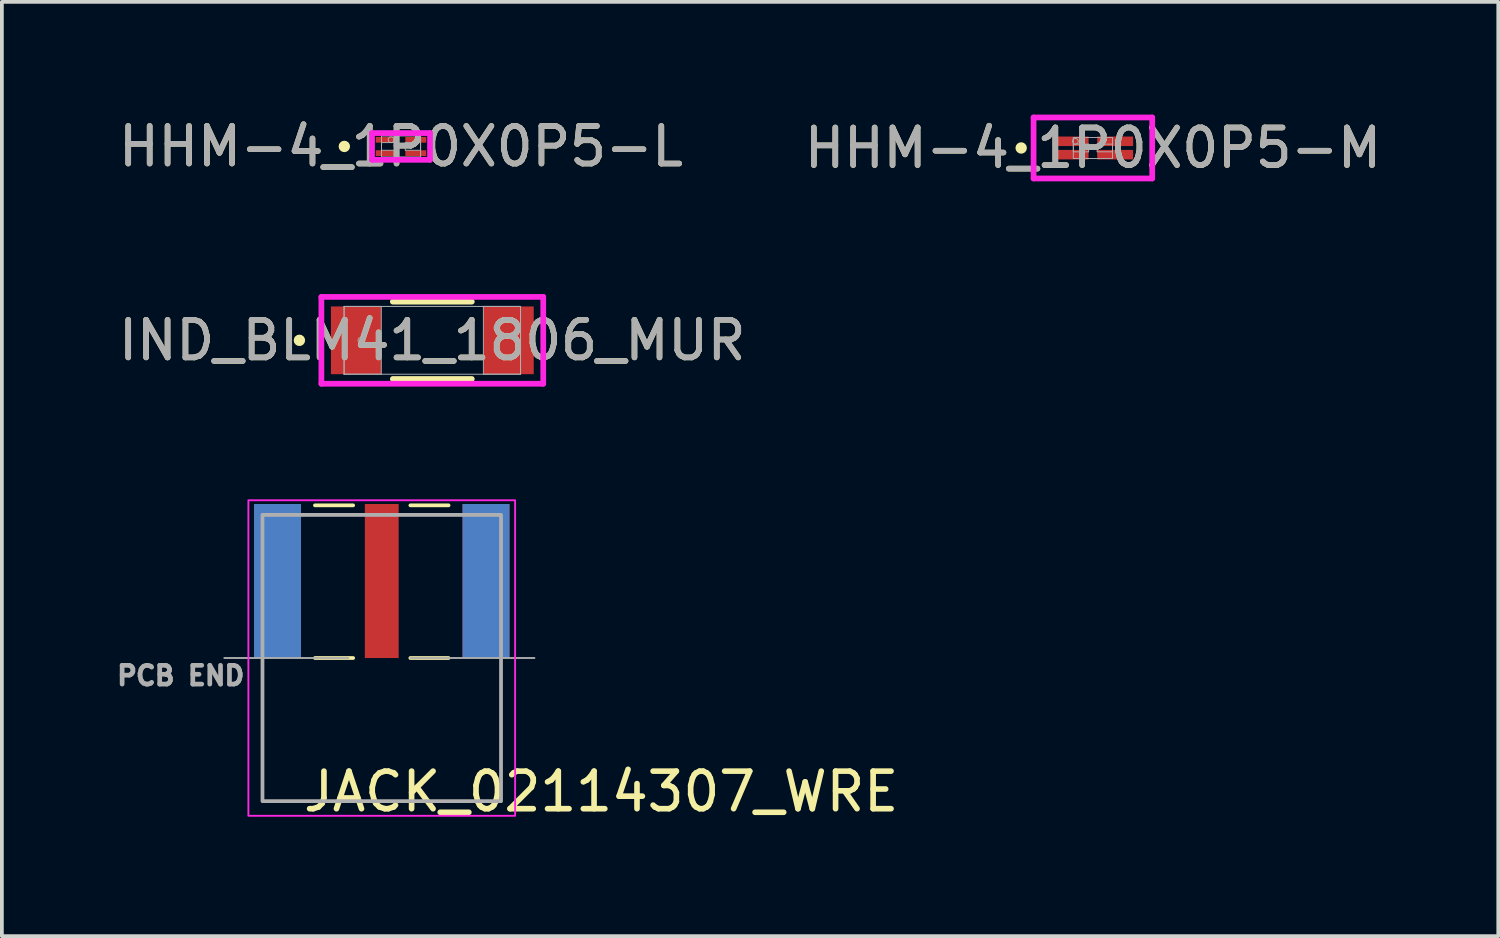
<source format=kicad_pcb>
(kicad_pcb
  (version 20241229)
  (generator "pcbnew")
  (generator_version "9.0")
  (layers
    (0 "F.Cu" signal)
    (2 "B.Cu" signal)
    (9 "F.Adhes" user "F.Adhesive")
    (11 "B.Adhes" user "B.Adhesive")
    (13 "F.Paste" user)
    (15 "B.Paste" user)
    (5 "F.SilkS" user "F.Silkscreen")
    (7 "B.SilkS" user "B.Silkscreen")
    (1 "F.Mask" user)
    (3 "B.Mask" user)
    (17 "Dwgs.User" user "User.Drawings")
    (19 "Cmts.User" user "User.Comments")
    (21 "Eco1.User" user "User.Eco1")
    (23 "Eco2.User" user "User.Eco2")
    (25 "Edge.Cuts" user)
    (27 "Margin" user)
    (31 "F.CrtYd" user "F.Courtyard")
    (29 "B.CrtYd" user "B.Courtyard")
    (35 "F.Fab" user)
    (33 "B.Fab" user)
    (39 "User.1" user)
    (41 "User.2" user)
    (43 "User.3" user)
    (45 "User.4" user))
  (footprint "IND_BLM41_1806_MUR"
    (layer "F.Cu")
    (at 8.458 6.009)
    (property "Reference" "IND_BLM41_1806_MUR" (at 0 0 0) (unlocked yes) (layer "F.SilkS") (effects (font (size 1 1) (thickness 0.15))))
    (attr smd)
    (fp_line (start -1.051 1.029) (end 1.051 1.029) (stroke (width 0.152) (type solid)) (layer "F.SilkS"))
    (fp_line (start 1.051 -1.029) (end -1.051 -1.029) (stroke (width 0.152) (type solid)) (layer "F.SilkS"))
    (fp_circle (center -3.538 0) (end -3.462 0) (stroke (width 0.152) (type solid)) (fill no) (layer "F.SilkS"))
    (fp_line (start -2.953 -1.156) (end 2.953 -1.156) (stroke (width 0.152) (type solid)) (layer "F.CrtYd"))
    (fp_line (start -2.953 1.156) (end -2.953 -1.156) (stroke (width 0.152) (type solid)) (layer "F.CrtYd"))
    (fp_line (start 2.953 -1.156) (end 2.953 1.156) (stroke (width 0.152) (type solid)) (layer "F.CrtYd"))
    (fp_line (start 2.953 1.156) (end -2.953 1.156) (stroke (width 0.152) (type solid)) (layer "F.CrtYd"))
    (fp_line (start -2.349 -0.902) (end -2.349 0.902) (stroke (width 0.025) (type solid)) (layer "F.Fab"))
    (fp_line (start -2.349 -0.902) (end -2.349 0.902) (stroke (width 0.025) (type solid)) (layer "F.Fab"))
    (fp_line (start -2.349 0.902) (end -1.359 0.902) (stroke (width 0.025) (type solid)) (layer "F.Fab"))
    (fp_line (start -2.349 0.902) (end 2.349 0.902) (stroke (width 0.025) (type solid)) (layer "F.Fab"))
    (fp_line (start -1.359 -0.902) (end -2.349 -0.902) (stroke (width 0.025) (type solid)) (layer "F.Fab"))
    (fp_line (start -1.359 0.902) (end -1.359 -0.902) (stroke (width 0.025) (type solid)) (layer "F.Fab"))
    (fp_line (start 1.359 -0.902) (end 1.359 0.902) (stroke (width 0.025) (type solid)) (layer "F.Fab"))
    (fp_line (start 1.359 0.902) (end 2.349 0.902) (stroke (width 0.025) (type solid)) (layer "F.Fab"))
    (fp_line (start 2.349 -0.902) (end -2.349 -0.902) (stroke (width 0.025) (type solid)) (layer "F.Fab"))
    (fp_line (start 2.349 -0.902) (end 1.359 -0.902) (stroke (width 0.025) (type solid)) (layer "F.Fab"))
    (fp_line (start 2.349 0.902) (end 2.349 -0.902) (stroke (width 0.025) (type solid)) (layer "F.Fab"))
    (fp_line (start 2.349 0.902) (end 2.349 -0.902) (stroke (width 0.025) (type solid)) (layer "F.Fab"))
    (fp_circle (center -1.902 0) (end -1.826 0) (stroke (width 0.025) (type solid)) (fill no) (layer "F.Fab"))
    (fp_text user "${REFERENCE}" (at 0 0 0) (unlocked yes) (layer "F.Fab") (effects (font (size 1 1) (thickness 0.15))))
    (pad "1" smd rect (at -2.029 0) (size 1.341 1.803) (layers "F.Cu" "F.Mask" "F.Paste"))
    (pad "2" smd rect (at 2.029 0) (size 1.341 1.803) (layers "F.Cu" "F.Mask" "F.Paste"))
    (zone (net_name "") (layer "F.Cu") (hatch full 0.508) (connect_pads) (min_thickness 0.254) (filled_areas_thickness no) (keepout (tracks not_allowed) (vias not_allowed) (pads allowed) (copperpour not_allowed) (footprints allowed)) (placement (enabled no)) (fill) (polygon (pts (xy 7.15 5.158) (xy 9.766 5.158) (xy 9.766 6.86) (xy 7.15 6.86)))))
  (footprint "JACK_02114307_WRE"
    (layer "F.Cu")
    (at 7.112 14.466)
    (property "Reference" "JACK_02114307_WRE" (at 5.842 3.556 0) (unlocked yes) (layer "F.SilkS") (effects (font (size 1 1) (thickness 0.15))))
    (attr through_hole)
    (fp_line (start -1.778 -4.064) (end -0.762 -4.064) (stroke (width 0.1) (type default)) (layer "F.SilkS"))
    (fp_line (start -1.778 0) (end -0.762 0) (stroke (width 0.1) (type default)) (layer "F.SilkS"))
    (fp_line (start 0.762 -4.064) (end 1.778 -4.064) (stroke (width 0.1) (type default)) (layer "F.SilkS"))
    (fp_line (start 0.762 0) (end 1.778 0) (stroke (width 0.1) (type default)) (layer "F.SilkS"))
    (fp_rect (start 3.55 -4.2) (end -3.55 4.2) (stroke (width 0.05) (type default)) (fill no) (layer "F.CrtYd"))
    (fp_line (start -4.191 0) (end -0.889 0) (stroke (width 0.05) (type default)) (layer "F.Fab"))
    (fp_line (start 0.762 0) (end 4.064 0) (stroke (width 0.05) (type default)) (layer "F.Fab"))
    (fp_rect (start -3.175 -3.81) (end 3.175 3.81) (stroke (width 0.1) (type default)) (fill no) (layer "F.Fab"))
    (fp_text user "PCB END" (at -7.112 0.762 0) (unlocked yes) (layer "F.Fab") (effects (font (size 0.5 0.5) (thickness 0.125)) (justify left bottom)))
    (pad "1" smd rect (at 0 -2.05) (size 0.9 4.1) (layers "F.Cu" "F.Mask" "F.Paste"))
    (pad "2" smd rect (at -2.775 -2.05) (size 1.25 4.1) (layers "F.Cu" "F.Mask" "F.Paste"))
    (pad "3" smd rect (at 2.775 -2.05) (size 1.25 4.1) (layers "F.Cu" "F.Mask" "F.Paste"))
    (pad "4" smd rect (at -2.775 -2.05) (size 1.25 4.1) (layers "B.Cu" "B.Mask" "B.Paste"))
    (pad "5" smd rect (at 2.775 -2.05) (size 1.25 4.1) (layers "B.Cu" "B.Mask" "B.Paste")))
  (footprint "HHM-4_1P0X0P5-M"
    (layer "F.Cu")
    (at 26.042 0.889)
    (property "Reference" "HHM-4_1P0X0P5-M" (at 0 0 0) (unlocked yes) (layer "F.SilkS") (effects (font (size 1 1) (thickness 0.15))))
    (attr smd)
    (fp_circle (center -1.909 0) (end -1.833 0) (stroke (width 0.152) (type solid)) (fill no) (layer "F.SilkS"))
    (fp_line (start -1.579 -0.812) (end 1.579 -0.812) (stroke (width 0.152) (type solid)) (layer "F.CrtYd"))
    (fp_line (start -1.579 0.812) (end -1.579 -0.812) (stroke (width 0.152) (type solid)) (layer "F.CrtYd"))
    (fp_line (start 1.579 -0.812) (end 1.579 0.812) (stroke (width 0.152) (type solid)) (layer "F.CrtYd"))
    (fp_line (start 1.579 0.812) (end -1.579 0.812) (stroke (width 0.152) (type solid)) (layer "F.CrtYd"))
    (fp_line (start -0.521 -0.279) (end -0.521 0.279) (stroke (width 0.025) (type solid)) (layer "F.Fab"))
    (fp_line (start -0.521 -0.102) (end -0.521 0.102) (stroke (width 0.025) (type solid)) (layer "F.Fab"))
    (fp_line (start -0.521 0.102) (end -0.114 0.102) (stroke (width 0.025) (type solid)) (layer "F.Fab"))
    (fp_line (start -0.521 0.279) (end 0.521 0.279) (stroke (width 0.025) (type solid)) (layer "F.Fab"))
    (fp_line (start -0.114 -0.102) (end -0.521 -0.102) (stroke (width 0.025) (type solid)) (layer "F.Fab"))
    (fp_line (start -0.114 0.102) (end -0.114 -0.102) (stroke (width 0.025) (type solid)) (layer "F.Fab"))
    (fp_line (start 0.114 -0.102) (end 0.114 0.102) (stroke (width 0.025) (type solid)) (layer "F.Fab"))
    (fp_line (start 0.114 0.102) (end 0.521 0.102) (stroke (width 0.025) (type solid)) (layer "F.Fab"))
    (fp_line (start 0.521 -0.279) (end -0.521 -0.279) (stroke (width 0.025) (type solid)) (layer "F.Fab"))
    (fp_line (start 0.521 -0.102) (end 0.114 -0.102) (stroke (width 0.025) (type solid)) (layer "F.Fab"))
    (fp_line (start 0.521 0.102) (end 0.521 -0.102) (stroke (width 0.025) (type solid)) (layer "F.Fab"))
    (fp_line (start 0.521 0.279) (end 0.521 -0.279) (stroke (width 0.025) (type solid)) (layer "F.Fab"))
    (fp_circle (center -0.466 -0.178) (end -0.389 -0.178) (stroke (width 0.025) (type solid)) (fill no) (layer "F.Fab"))
    (fp_text user "${REFERENCE}" (at 0 0 0) (unlocked yes) (layer "F.Fab") (effects (font (size 1 1) (thickness 0.15))))
    (pad "1" smd rect (at -0.593 0.178) (size 0.956 0.253) (layers "F.Cu" "F.Mask" "F.Paste"))
    (pad "2" smd rect (at 0.593 0.178) (size 0.956 0.253) (layers "F.Cu" "F.Mask" "F.Paste"))
    (pad "3" smd rect (at 0.593 -0.178) (size 0.956 0.253) (layers "F.Cu" "F.Mask" "F.Paste"))
    (pad "4" smd rect (at -0.593 -0.178) (size 0.956 0.253) (layers "F.Cu" "F.Mask" "F.Paste"))
    (zone (net_name "") (layer "F.Cu") (hatch full 0.508) (connect_pads) (min_thickness 0.254) (filled_areas_thickness no) (keepout (tracks not_allowed) (vias not_allowed) (pads allowed) (copperpour not_allowed) (footprints allowed)) (placement (enabled no)) (fill) (polygon (pts (xy 25.978 0.66) (xy 26.105 0.66) (xy 26.105 1.117) (xy 25.978 1.117)))))
  (footprint "HHM-4_1P0X0P5-L"
    (layer "F.Cu")
    (at 7.625 0.848)
    (property "Reference" "HHM-4_1P0X0P5-L" (at 0 0 0) (unlocked yes) (layer "F.SilkS") (effects (font (size 1 1) (thickness 0.15))))
    (attr smd)
    (fp_circle (center -1.509 0) (end -1.433 0) (stroke (width 0.152) (type solid)) (fill no) (layer "F.SilkS"))
    (fp_line (start -0.772 -0.356) (end 0.772 -0.356) (stroke (width 0.152) (type solid)) (layer "F.CrtYd"))
    (fp_line (start -0.772 0.356) (end -0.772 -0.356) (stroke (width 0.152) (type solid)) (layer "F.CrtYd"))
    (fp_line (start 0.772 -0.356) (end 0.772 0.356) (stroke (width 0.152) (type solid)) (layer "F.CrtYd"))
    (fp_line (start 0.772 0.356) (end -0.772 0.356) (stroke (width 0.152) (type solid)) (layer "F.CrtYd"))
    (fp_line (start -0.521 -0.279) (end -0.521 0.279) (stroke (width 0.025) (type solid)) (layer "F.Fab"))
    (fp_line (start -0.521 -0.102) (end -0.521 0.102) (stroke (width 0.025) (type solid)) (layer "F.Fab"))
    (fp_line (start -0.521 0.102) (end -0.114 0.102) (stroke (width 0.025) (type solid)) (layer "F.Fab"))
    (fp_line (start -0.521 0.279) (end 0.521 0.279) (stroke (width 0.025) (type solid)) (layer "F.Fab"))
    (fp_line (start -0.114 -0.102) (end -0.521 -0.102) (stroke (width 0.025) (type solid)) (layer "F.Fab"))
    (fp_line (start -0.114 0.102) (end -0.114 -0.102) (stroke (width 0.025) (type solid)) (layer "F.Fab"))
    (fp_line (start 0.114 -0.102) (end 0.114 0.102) (stroke (width 0.025) (type solid)) (layer "F.Fab"))
    (fp_line (start 0.114 0.102) (end 0.521 0.102) (stroke (width 0.025) (type solid)) (layer "F.Fab"))
    (fp_line (start 0.521 -0.279) (end -0.521 -0.279) (stroke (width 0.025) (type solid)) (layer "F.Fab"))
    (fp_line (start 0.521 -0.102) (end 0.114 -0.102) (stroke (width 0.025) (type solid)) (layer "F.Fab"))
    (fp_line (start 0.521 0.102) (end 0.521 -0.102) (stroke (width 0.025) (type solid)) (layer "F.Fab"))
    (fp_line (start 0.521 0.279) (end 0.521 -0.279) (stroke (width 0.025) (type solid)) (layer "F.Fab"))
    (fp_circle (center -0.266 -0.178) (end -0.189 -0.178) (stroke (width 0.025) (type solid)) (fill no) (layer "F.Fab"))
    (fp_text user "${REFERENCE}" (at 0 0 0) (unlocked yes) (layer "F.Fab") (effects (font (size 1 1) (thickness 0.15))))
    (pad "1" smd rect (at -0.393 0.178) (size 0.556 0.153) (layers "F.Cu" "F.Mask" "F.Paste"))
    (pad "2" smd rect (at 0.393 0.178) (size 0.556 0.153) (layers "F.Cu" "F.Mask" "F.Paste"))
    (pad "3" smd rect (at 0.393 -0.178) (size 0.556 0.153) (layers "F.Cu" "F.Mask" "F.Paste"))
    (pad "4" smd rect (at -0.393 -0.178) (size 0.556 0.153) (layers "F.Cu" "F.Mask" "F.Paste"))
    (zone (net_name "") (layer "F.Cu") (hatch full 0.508) (connect_pads) (min_thickness 0.254) (filled_areas_thickness no) (keepout (tracks not_allowed) (vias not_allowed) (pads allowed) (copperpour not_allowed) (footprints allowed)) (placement (enabled no)) (fill) (polygon (pts (xy 7.561 0.62) (xy 7.689 0.62) (xy 7.689 1.077) (xy 7.561 1.077)))))
  (gr_rect
    (start -3 -3)
    (end 36.833 21.87)
    (stroke (width 0.1) (type default))
    (fill no)
    (layer "Edge.Cuts")))
</source>
